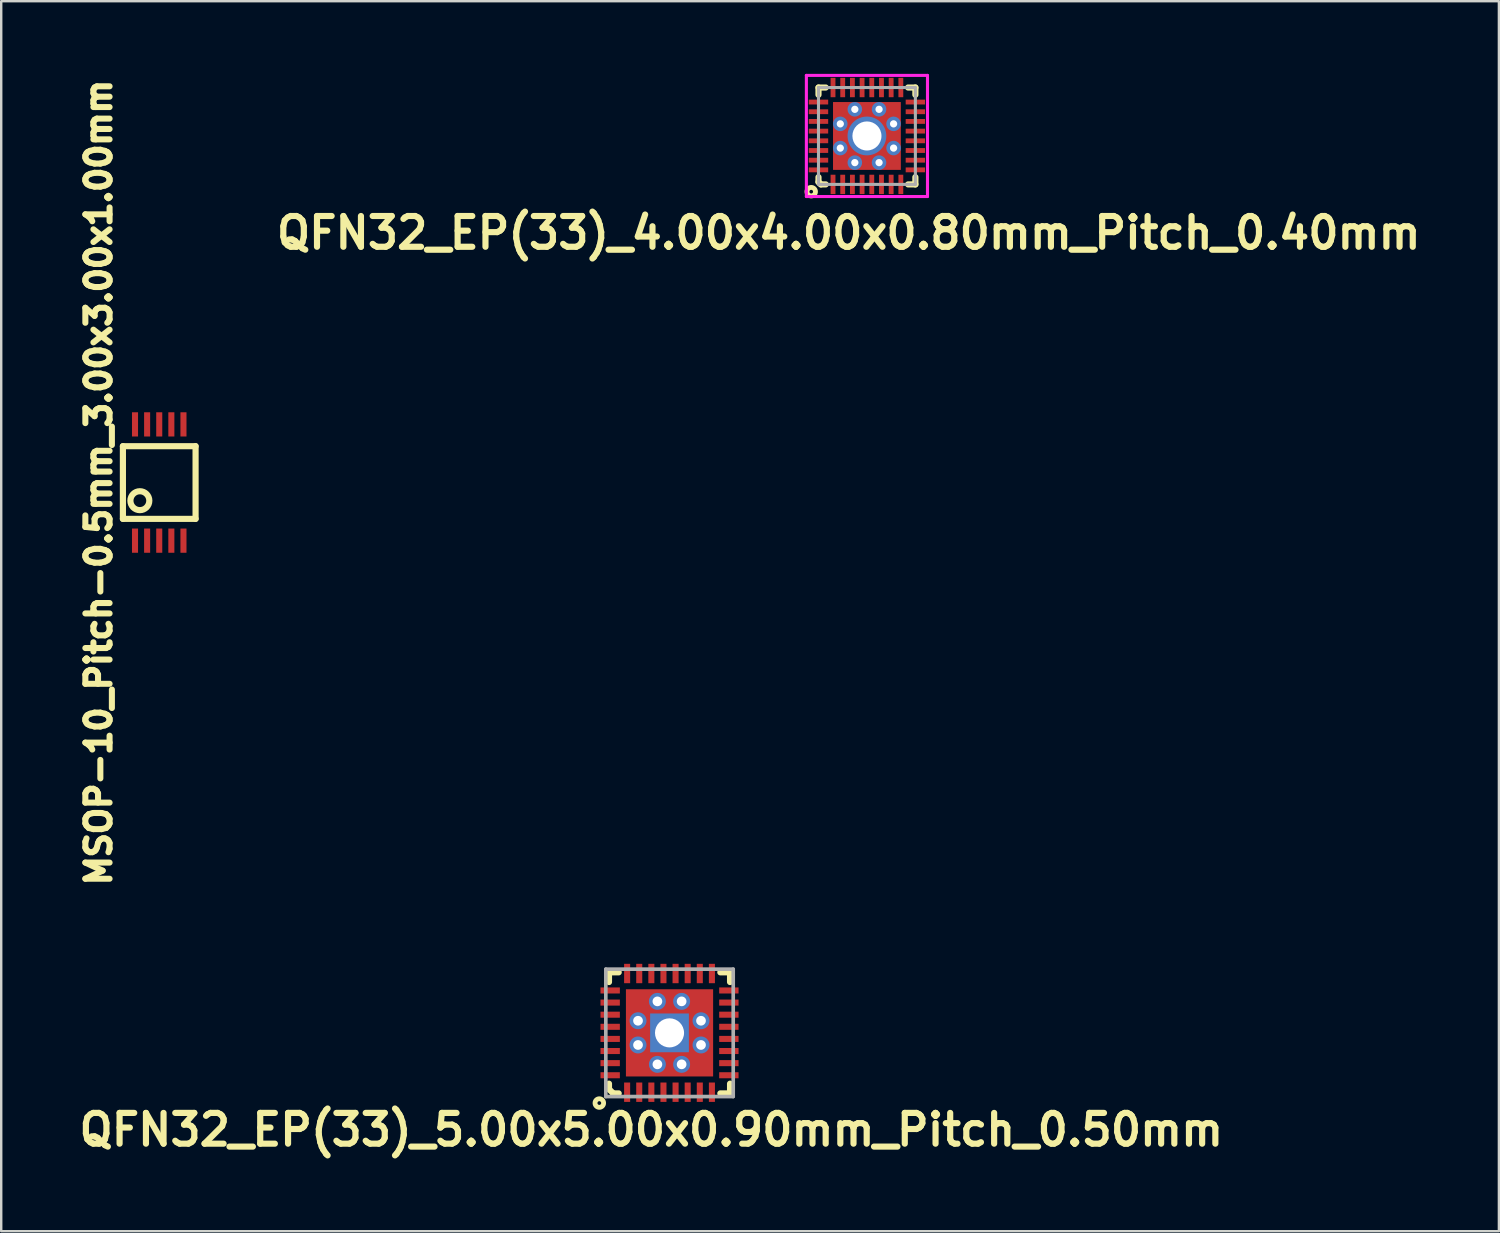
<source format=kicad_pcb>
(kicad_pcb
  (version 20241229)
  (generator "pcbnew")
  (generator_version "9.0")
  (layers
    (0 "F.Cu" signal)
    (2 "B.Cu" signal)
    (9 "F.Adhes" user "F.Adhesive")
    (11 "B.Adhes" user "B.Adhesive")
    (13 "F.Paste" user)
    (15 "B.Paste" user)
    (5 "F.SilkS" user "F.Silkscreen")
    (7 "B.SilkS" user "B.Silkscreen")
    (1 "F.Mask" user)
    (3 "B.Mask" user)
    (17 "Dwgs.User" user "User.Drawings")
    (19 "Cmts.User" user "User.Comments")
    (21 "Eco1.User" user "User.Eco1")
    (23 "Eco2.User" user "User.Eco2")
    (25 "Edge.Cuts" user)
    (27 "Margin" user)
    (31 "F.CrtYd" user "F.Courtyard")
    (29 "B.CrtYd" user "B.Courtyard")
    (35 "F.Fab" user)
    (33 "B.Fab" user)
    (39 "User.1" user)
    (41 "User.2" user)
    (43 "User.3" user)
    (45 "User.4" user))
  (footprint "QFN32_EP(33)_5.00x5.00x0.90mm_Pitch_0.50mm"
    (layer "F.Cu")
    (at 24.59 39.59)
    (property "Reference" "QFN32_EP(33)_5.00x5.00x0.90mm_Pitch_0.50mm" (at -0.75 4 0) (layer "F.SilkS") (effects (font (size 1.27 1.27) (thickness 0.254))))
    (attr smd)
    (fp_line (start -2.499 -2.499) (end -2.499 -2.098) (stroke (width 0.254) (type solid)) (layer "F.SilkS"))
    (fp_line (start -2.499 2.098) (end -2.499 2.324) (stroke (width 0.254) (type solid)) (layer "F.SilkS"))
    (fp_line (start -2.499 2.324) (end -2.324 2.499) (stroke (width 0.254) (type solid)) (layer "F.SilkS"))
    (fp_line (start -2.324 2.499) (end -2.098 2.499) (stroke (width 0.254) (type solid)) (layer "F.SilkS"))
    (fp_line (start -2.098 -2.499) (end -2.499 -2.499) (stroke (width 0.254) (type solid)) (layer "F.SilkS"))
    (fp_line (start 2.098 2.499) (end 2.499 2.499) (stroke (width 0.254) (type solid)) (layer "F.SilkS"))
    (fp_line (start 2.499 -2.499) (end 2.098 -2.499) (stroke (width 0.254) (type solid)) (layer "F.SilkS"))
    (fp_line (start 2.499 -2.098) (end 2.499 -2.499) (stroke (width 0.254) (type solid)) (layer "F.SilkS"))
    (fp_line (start 2.499 2.499) (end 2.499 2.098) (stroke (width 0.254) (type solid)) (layer "F.SilkS"))
    (fp_circle (center -2.898 2.898) (end -3.023 3.023) (stroke (width 0.2) (type solid)) (fill no) (layer "F.SilkS"))
    (fp_line (start -2.63 -2.63) (end 2.63 -2.63) (stroke (width 0.15) (type solid)) (layer "F.Fab"))
    (fp_line (start -2.63 2.63) (end -2.63 -2.63) (stroke (width 0.15) (type solid)) (layer "F.Fab"))
    (fp_line (start 2.63 -2.63) (end 2.63 2.63) (stroke (width 0.15) (type solid)) (layer "F.Fab"))
    (fp_line (start 2.63 2.63) (end -2.63 2.63) (stroke (width 0.15) (type solid)) (layer "F.Fab"))
    (pad "" smd rect (at -1.2 -1.2) (size 1 1) (layers "F.Paste"))
    (pad "" smd rect (at -1.2 0 90) (size 0.6 1) (layers "F.Paste"))
    (pad "" smd rect (at -1.2 1.2) (size 1 1) (layers "F.Paste"))
    (pad "" smd rect (at 0 -1.2) (size 0.6 1) (layers "F.Paste"))
    (pad "" smd rect (at 0 1.2) (size 0.6 1) (layers "F.Paste"))
    (pad "" smd rect (at 1.2 -1.2) (size 1 1) (layers "F.Paste"))
    (pad "" smd rect (at 1.2 0 90) (size 0.6 1) (layers "F.Paste"))
    (pad "" smd rect (at 1.2 1.2) (size 1 1) (layers "F.Paste"))
    (pad "1" smd rect (at -1.75 2.45 90) (size 0.8 0.25) (layers "F.Cu" "F.Mask" "F.Paste"))
    (pad "2" smd rect (at -1.25 2.45 90) (size 0.8 0.25) (layers "F.Cu" "F.Mask" "F.Paste"))
    (pad "3" smd rect (at -0.75 2.45 90) (size 0.8 0.25) (layers "F.Cu" "F.Mask" "F.Paste"))
    (pad "4" smd rect (at -0.25 2.45 90) (size 0.8 0.25) (layers "F.Cu" "F.Mask" "F.Paste"))
    (pad "5" smd rect (at 0.25 2.45 90) (size 0.8 0.25) (layers "F.Cu" "F.Mask" "F.Paste"))
    (pad "6" smd rect (at 0.75 2.45 90) (size 0.8 0.25) (layers "F.Cu" "F.Mask" "F.Paste"))
    (pad "7" smd rect (at 1.25 2.45 90) (size 0.8 0.25) (layers "F.Cu" "F.Mask" "F.Paste"))
    (pad "8" smd rect (at 1.75 2.45 90) (size 0.8 0.25) (layers "F.Cu" "F.Mask" "F.Paste"))
    (pad "9" smd rect (at 2.45 1.75 180) (size 0.8 0.25) (layers "F.Cu" "F.Mask" "F.Paste"))
    (pad "10" smd rect (at 2.45 1.25 180) (size 0.8 0.25) (layers "F.Cu" "F.Mask" "F.Paste"))
    (pad "11" smd rect (at 2.45 0.75 180) (size 0.8 0.25) (layers "F.Cu" "F.Mask" "F.Paste"))
    (pad "12" smd rect (at 2.45 0.25 180) (size 0.8 0.25) (layers "F.Cu" "F.Mask" "F.Paste"))
    (pad "13" smd rect (at 2.45 -0.25 180) (size 0.8 0.25) (layers "F.Cu" "F.Mask" "F.Paste"))
    (pad "14" smd rect (at 2.45 -0.75 180) (size 0.8 0.25) (layers "F.Cu" "F.Mask" "F.Paste"))
    (pad "15" smd rect (at 2.45 -1.25 180) (size 0.8 0.25) (layers "F.Cu" "F.Mask" "F.Paste"))
    (pad "16" smd rect (at 2.45 -1.75 180) (size 0.8 0.25) (layers "F.Cu" "F.Mask" "F.Paste"))
    (pad "17" smd rect (at 1.75 -2.45 270) (size 0.8 0.25) (layers "F.Cu" "F.Mask" "F.Paste"))
    (pad "18" smd rect (at 1.25 -2.45 270) (size 0.8 0.25) (layers "F.Cu" "F.Mask" "F.Paste"))
    (pad "19" smd rect (at 0.75 -2.45 270) (size 0.8 0.25) (layers "F.Cu" "F.Mask" "F.Paste"))
    (pad "20" smd rect (at 0.25 -2.45 270) (size 0.8 0.25) (layers "F.Cu" "F.Mask" "F.Paste"))
    (pad "21" smd rect (at -0.25 -2.45 270) (size 0.8 0.25) (layers "F.Cu" "F.Mask" "F.Paste"))
    (pad "22" smd rect (at -0.75 -2.45 270) (size 0.8 0.25) (layers "F.Cu" "F.Mask" "F.Paste"))
    (pad "23" smd rect (at -1.25 -2.45 270) (size 0.8 0.25) (layers "F.Cu" "F.Mask" "F.Paste"))
    (pad "24" smd rect (at -1.75 -2.45 270) (size 0.8 0.25) (layers "F.Cu" "F.Mask" "F.Paste"))
    (pad "25" smd rect (at -2.45 -1.75) (size 0.8 0.25) (layers "F.Cu" "F.Mask" "F.Paste"))
    (pad "26" smd rect (at -2.45 -1.25) (size 0.8 0.25) (layers "F.Cu" "F.Mask" "F.Paste"))
    (pad "27" smd rect (at -2.45 -0.75) (size 0.8 0.25) (layers "F.Cu" "F.Mask" "F.Paste"))
    (pad "28" smd rect (at -2.45 -0.25) (size 0.8 0.25) (layers "F.Cu" "F.Mask" "F.Paste"))
    (pad "29" smd rect (at -2.45 0.25) (size 0.8 0.25) (layers "F.Cu" "F.Mask" "F.Paste"))
    (pad "30" smd rect (at -2.45 0.75) (size 0.8 0.25) (layers "F.Cu" "F.Mask" "F.Paste"))
    (pad "31" smd rect (at -2.45 1.25) (size 0.8 0.25) (layers "F.Cu" "F.Mask" "F.Paste"))
    (pad "32" smd rect (at -2.45 1.75) (size 0.8 0.25) (layers "F.Cu" "F.Mask" "F.Paste"))
    (pad "33" thru_hole circle (at -1.3 -0.5) (size 0.7 0.7) (drill 0.4) (layers "*.Cu" "F.Mask"))
    (pad "33" thru_hole circle (at -1.3 0.5) (size 0.7 0.7) (drill 0.4) (layers "*.Cu" "F.Mask"))
    (pad "33" thru_hole circle (at -0.5 -1.3) (size 0.7 0.7) (drill 0.4) (layers "*.Cu" "F.Mask"))
    (pad "33" thru_hole circle (at -0.5 1.3) (size 0.7 0.7) (drill 0.4) (layers "*.Cu" "F.Mask"))
    (pad "33" thru_hole rect (at 0 0) (size 1.6 1.6) (drill 1.2) (layers "*.Cu" "*.Mask"))
    (pad "33" smd rect (at 0 0) (size 3.6 3.6) (layers "F.Cu" "F.Mask"))
    (pad "33" thru_hole circle (at 0.5 -1.3) (size 0.7 0.7) (drill 0.4) (layers "*.Cu" "F.Mask"))
    (pad "33" thru_hole circle (at 0.5 1.3) (size 0.7 0.7) (drill 0.4) (layers "*.Cu" "F.Mask"))
    (pad "33" thru_hole circle (at 1.3 -0.5) (size 0.7 0.7) (drill 0.4) (layers "*.Cu" "F.Mask"))
    (pad "33" thru_hole circle (at 1.3 0.5) (size 0.7 0.7) (drill 0.4) (layers "*.Cu" "F.Mask")))
  (footprint "QFN32_EP(33)_4.00x4.00x0.80mm_Pitch_0.40mm"
    (layer "F.Cu")
    (at 32.74 2.563)
    (property "Reference" "QFN32_EP(33)_4.00x4.00x0.80mm_Pitch_0.40mm" (at -0.75 4 0) (layer "F.SilkS") (effects (font (size 1.27 1.27) (thickness 0.254))))
    (attr smd)
    (fp_line (start -2 1.7) (end -2 1.9) (stroke (width 0.254) (type solid)) (layer "F.SilkS"))
    (fp_line (start -2 1.9) (end -1.9 2) (stroke (width 0.254) (type solid)) (layer "F.SilkS"))
    (fp_line (start -1.999 -1.999) (end -2 -1.7) (stroke (width 0.254) (type solid)) (layer "F.SilkS"))
    (fp_line (start -1.9 2) (end -1.7 2) (stroke (width 0.254) (type solid)) (layer "F.SilkS"))
    (fp_line (start -1.7 -2) (end -1.999 -1.999) (stroke (width 0.254) (type solid)) (layer "F.SilkS"))
    (fp_line (start 1.7 2) (end 2 2) (stroke (width 0.254) (type solid)) (layer "F.SilkS"))
    (fp_line (start 2 -2) (end 1.7 -2) (stroke (width 0.254) (type solid)) (layer "F.SilkS"))
    (fp_line (start 2 -1.7) (end 2 -2) (stroke (width 0.254) (type solid)) (layer "F.SilkS"))
    (fp_line (start 2 2) (end 2 1.7) (stroke (width 0.254) (type solid)) (layer "F.SilkS"))
    (fp_circle (center -2.3 2.3) (end -2.424 2.424) (stroke (width 0.2) (type solid)) (fill no) (layer "F.SilkS"))
    (fp_line (start -2.5 -2.5) (end 2.5 -2.5) (stroke (width 0.127) (type solid)) (layer "F.CrtYd"))
    (fp_line (start -2.5 2.5) (end -2.5 -2.5) (stroke (width 0.127) (type solid)) (layer "F.CrtYd"))
    (fp_line (start 2.5 -2.5) (end 2.5 2.5) (stroke (width 0.127) (type solid)) (layer "F.CrtYd"))
    (fp_line (start 2.5 2.5) (end -2.5 2.5) (stroke (width 0.127) (type solid)) (layer "F.CrtYd"))
    (fp_line (start -2 -2) (end 2 -2) (stroke (width 0.127) (type solid)) (layer "F.Fab"))
    (fp_line (start -2 2) (end -2 -2) (stroke (width 0.127) (type solid)) (layer "F.Fab"))
    (fp_line (start 2 -2) (end 2 2) (stroke (width 0.127) (type solid)) (layer "F.Fab"))
    (fp_line (start 2 2) (end -2 2) (stroke (width 0.127) (type solid)) (layer "F.Fab"))
    (pad "" smd rect (at -2 -1.4 180) (size 0.8 0.211) (layers "F.Paste"))
    (pad "" smd rect (at -2 -1 180) (size 0.8 0.211) (layers "F.Paste"))
    (pad "" smd rect (at -2 -0.6 180) (size 0.8 0.211) (layers "F.Paste"))
    (pad "" smd rect (at -2 -0.2 180) (size 0.8 0.211) (layers "F.Paste"))
    (pad "" smd rect (at -2 0.2 180) (size 0.8 0.211) (layers "F.Paste"))
    (pad "" smd rect (at -2 0.6 180) (size 0.8 0.211) (layers "F.Paste"))
    (pad "" smd rect (at -2 1 180) (size 0.8 0.211) (layers "F.Paste"))
    (pad "" smd rect (at -2 1.4 180) (size 0.8 0.211) (layers "F.Paste"))
    (pad "" smd rect (at -1.4 -2 90) (size 0.8 0.211) (layers "F.Paste"))
    (pad "" smd rect (at -1.4 2 90) (size 0.8 0.211) (layers "F.Paste"))
    (pad "" smd rect (at -1.05 -1.05) (size 0.7 0.7) (layers "F.Paste"))
    (pad "" smd rect (at -1.05 0) (size 0.7 0.6) (layers "F.Paste"))
    (pad "" smd rect (at -1.05 1.05) (size 0.7 0.7) (layers "F.Paste"))
    (pad "" smd rect (at -1 -2 90) (size 0.8 0.211) (layers "F.Paste"))
    (pad "" smd rect (at -1 2 90) (size 0.8 0.211) (layers "F.Paste"))
    (pad "" smd rect (at -0.6 -2 90) (size 0.8 0.211) (layers "F.Paste"))
    (pad "" smd rect (at -0.6 2 90) (size 0.8 0.211) (layers "F.Paste"))
    (pad "" smd rect (at -0.2 -2 90) (size 0.8 0.211) (layers "F.Paste"))
    (pad "" smd rect (at -0.2 2 90) (size 0.8 0.211) (layers "F.Paste"))
    (pad "" smd rect (at 0 -1.05 90) (size 0.7 0.6) (layers "F.Paste"))
    (pad "" smd rect (at 0 1.05 90) (size 0.7 0.6) (layers "F.Paste"))
    (pad "" smd rect (at 0.2 -2 90) (size 0.8 0.211) (layers "F.Paste"))
    (pad "" smd rect (at 0.2 2 90) (size 0.8 0.211) (layers "F.Paste"))
    (pad "" smd rect (at 0.6 -2 90) (size 0.8 0.211) (layers "F.Paste"))
    (pad "" smd rect (at 0.6 2 90) (size 0.8 0.211) (layers "F.Paste"))
    (pad "" smd rect (at 1 -2 90) (size 0.8 0.211) (layers "F.Paste"))
    (pad "" smd rect (at 1 2 90) (size 0.8 0.211) (layers "F.Paste"))
    (pad "" smd rect (at 1.05 -1.05) (size 0.7 0.7) (layers "F.Paste"))
    (pad "" smd rect (at 1.05 0) (size 0.7 0.6) (layers "F.Paste"))
    (pad "" smd rect (at 1.05 1.05) (size 0.7 0.7) (layers "F.Paste"))
    (pad "" smd rect (at 1.4 -2 90) (size 0.8 0.211) (layers "F.Paste"))
    (pad "" smd rect (at 1.4 2 90) (size 0.8 0.211) (layers "F.Paste"))
    (pad "" smd rect (at 2 -1.4 180) (size 0.8 0.211) (layers "F.Paste"))
    (pad "" smd rect (at 2 -1 180) (size 0.8 0.211) (layers "F.Paste"))
    (pad "" smd rect (at 2 -0.6 180) (size 0.8 0.211) (layers "F.Paste"))
    (pad "" smd rect (at 2 -0.2 180) (size 0.8 0.211) (layers "F.Paste"))
    (pad "" smd rect (at 2 0.2 180) (size 0.8 0.211) (layers "F.Paste"))
    (pad "" smd rect (at 2 0.6 180) (size 0.8 0.211) (layers "F.Paste"))
    (pad "" smd rect (at 2 1 180) (size 0.8 0.211) (layers "F.Paste"))
    (pad "" smd rect (at 2 1.4 180) (size 0.8 0.211) (layers "F.Paste"))
    (pad "1" smd rect (at -1.4 2 90) (size 0.8 0.2) (layers "F.Cu" "F.Mask"))
    (pad "2" smd rect (at -1 2 90) (size 0.8 0.2) (layers "F.Cu" "F.Mask"))
    (pad "3" smd rect (at -0.6 2 90) (size 0.8 0.2) (layers "F.Cu" "F.Mask"))
    (pad "4" smd rect (at -0.2 2 90) (size 0.8 0.2) (layers "F.Cu" "F.Mask"))
    (pad "5" smd rect (at 0.2 2 90) (size 0.8 0.2) (layers "F.Cu" "F.Mask"))
    (pad "6" smd rect (at 0.6 2 90) (size 0.8 0.2) (layers "F.Cu" "F.Mask"))
    (pad "7" smd rect (at 1 2 90) (size 0.8 0.2) (layers "F.Cu" "F.Mask"))
    (pad "8" smd rect (at 1.4 2 90) (size 0.8 0.2) (layers "F.Cu" "F.Mask"))
    (pad "9" smd rect (at 2 1.4 180) (size 0.8 0.2) (layers "F.Cu" "F.Mask"))
    (pad "10" smd rect (at 2 1 180) (size 0.8 0.2) (layers "F.Cu" "F.Mask"))
    (pad "11" smd rect (at 2 0.6 180) (size 0.8 0.2) (layers "F.Cu" "F.Mask"))
    (pad "12" smd rect (at 2 0.2 180) (size 0.8 0.2) (layers "F.Cu" "F.Mask"))
    (pad "13" smd rect (at 2 -0.2 180) (size 0.8 0.2) (layers "F.Cu" "F.Mask"))
    (pad "14" smd rect (at 2 -0.6 180) (size 0.8 0.2) (layers "F.Cu" "F.Mask"))
    (pad "15" smd rect (at 2 -1 180) (size 0.8 0.2) (layers "F.Cu" "F.Mask"))
    (pad "16" smd rect (at 2 -1.4 180) (size 0.8 0.2) (layers "F.Cu" "F.Mask"))
    (pad "17" smd rect (at 1.4 -2 270) (size 0.8 0.2) (layers "F.Cu" "F.Mask"))
    (pad "18" smd rect (at 1 -2 270) (size 0.8 0.2) (layers "F.Cu" "F.Mask"))
    (pad "19" smd rect (at 0.6 -2 270) (size 0.8 0.2) (layers "F.Cu" "F.Mask"))
    (pad "20" smd rect (at 0.2 -2 270) (size 0.8 0.2) (layers "F.Cu" "F.Mask"))
    (pad "21" smd rect (at -0.2 -2 270) (size 0.8 0.2) (layers "F.Cu" "F.Mask"))
    (pad "22" smd rect (at -0.6 -2 270) (size 0.8 0.2) (layers "F.Cu" "F.Mask"))
    (pad "23" smd rect (at -1 -2 270) (size 0.8 0.2) (layers "F.Cu" "F.Mask"))
    (pad "24" smd rect (at -1.4 -2 270) (size 0.8 0.2) (layers "F.Cu" "F.Mask"))
    (pad "25" smd rect (at -2 -1.4) (size 0.8 0.2) (layers "F.Cu" "F.Mask"))
    (pad "26" smd rect (at -2 -1) (size 0.8 0.2) (layers "F.Cu" "F.Mask"))
    (pad "27" smd rect (at -2 -0.6) (size 0.8 0.2) (layers "F.Cu" "F.Mask"))
    (pad "28" smd rect (at -2 -0.2) (size 0.8 0.2) (layers "F.Cu" "F.Mask"))
    (pad "29" smd rect (at -2 0.2) (size 0.8 0.2) (layers "F.Cu" "F.Mask"))
    (pad "30" smd rect (at -2 0.6) (size 0.8 0.2) (layers "F.Cu" "F.Mask"))
    (pad "31" smd rect (at -2 1) (size 0.8 0.2) (layers "F.Cu" "F.Mask"))
    (pad "32" smd rect (at -2 1.4) (size 0.8 0.2) (layers "F.Cu" "F.Mask"))
    (pad "33" thru_hole circle (at -1.1 -0.5) (size 0.6 0.6) (drill 0.3) (layers "*.Cu" "F.Mask"))
    (pad "33" thru_hole circle (at -1.1 0.5) (size 0.6 0.6) (drill 0.3) (layers "*.Cu" "F.Mask"))
    (pad "33" thru_hole circle (at -0.5 -1.1) (size 0.6 0.6) (drill 0.3) (layers "*.Cu" "F.Mask"))
    (pad "33" thru_hole circle (at -0.5 1.1) (size 0.6 0.6) (drill 0.3) (layers "*.Cu" "F.Mask"))
    (pad "33" thru_hole circle (at 0 0) (size 1.6 1.6) (drill 1.2) (layers "*.Cu" "*.Mask"))
    (pad "33" smd rect (at 0 0) (size 2.8 2.8) (layers "F.Cu" "F.Mask"))
    (pad "33" thru_hole circle (at 0.5 -1.1) (size 0.6 0.6) (drill 0.3) (layers "*.Cu" "F.Mask"))
    (pad "33" thru_hole circle (at 0.5 1.1) (size 0.6 0.6) (drill 0.3) (layers "*.Cu" "F.Mask"))
    (pad "33" thru_hole circle (at 1.1 -0.5) (size 0.6 0.6) (drill 0.3) (layers "*.Cu" "F.Mask"))
    (pad "33" thru_hole circle (at 1.1 0.5) (size 0.6 0.6) (drill 0.3) (layers "*.Cu" "F.Mask")))
  (footprint "MSOP-10_Pitch-0.5mm_3.00x3.00x1.00mm"
    (layer "F.Cu")
    (at 3.524 16.87)
    (property "Reference" "MSOP-10_Pitch-0.5mm_3.00x3.00x1.00mm" (at -2.5 0 90) (layer "F.SilkS") (effects (font (size 1 1) (thickness 0.25))))
    (attr smd)
    (fp_line (start -1.5 -1.5) (end -1.5 1.5) (stroke (width 0.254) (type solid)) (layer "F.SilkS"))
    (fp_line (start 1.5 -1.5) (end -1.5 -1.5) (stroke (width 0.254) (type solid)) (layer "F.SilkS"))
    (fp_line (start 1.5 1.5) (end -1.5 1.5) (stroke (width 0.254) (type solid)) (layer "F.SilkS"))
    (fp_line (start 1.5 1.5) (end 1.5 -1.5) (stroke (width 0.254) (type solid)) (layer "F.SilkS"))
    (fp_circle (center -0.8 0.75) (end -0.5 1) (stroke (width 0.254) (type solid)) (fill no) (layer "F.SilkS"))
    (pad "1" smd rect (at -1 2.4) (size 0.25 1) (layers "F.Cu" "F.Mask" "F.Paste"))
    (pad "2" smd rect (at -0.5 2.4) (size 0.25 1) (layers "F.Cu" "F.Mask" "F.Paste"))
    (pad "3" smd rect (at 0 2.4) (size 0.25 1) (layers "F.Cu" "F.Mask" "F.Paste"))
    (pad "4" smd rect (at 0.5 2.4) (size 0.25 1) (layers "F.Cu" "F.Mask" "F.Paste"))
    (pad "5" smd rect (at 1 2.4) (size 0.25 1) (layers "F.Cu" "F.Mask" "F.Paste"))
    (pad "6" smd rect (at 1 -2.4) (size 0.25 1) (layers "F.Cu" "F.Mask" "F.Paste"))
    (pad "7" smd rect (at 0.5 -2.4) (size 0.25 1) (layers "F.Cu" "F.Mask" "F.Paste"))
    (pad "8" smd rect (at 0 -2.4) (size 0.25 1) (layers "F.Cu" "F.Mask" "F.Paste"))
    (pad "9" smd rect (at -0.5 -2.4) (size 0.25 1) (layers "F.Cu" "F.Mask" "F.Paste"))
    (pad "10" smd rect (at -1 -2.4) (size 0.25 1) (layers "F.Cu" "F.Mask" "F.Paste")))
  (gr_rect
    (start -3 -3)
    (end 58.83 47.779)
    (stroke (width 0.1) (type default))
    (fill no)
    (layer "Edge.Cuts")))
</source>
